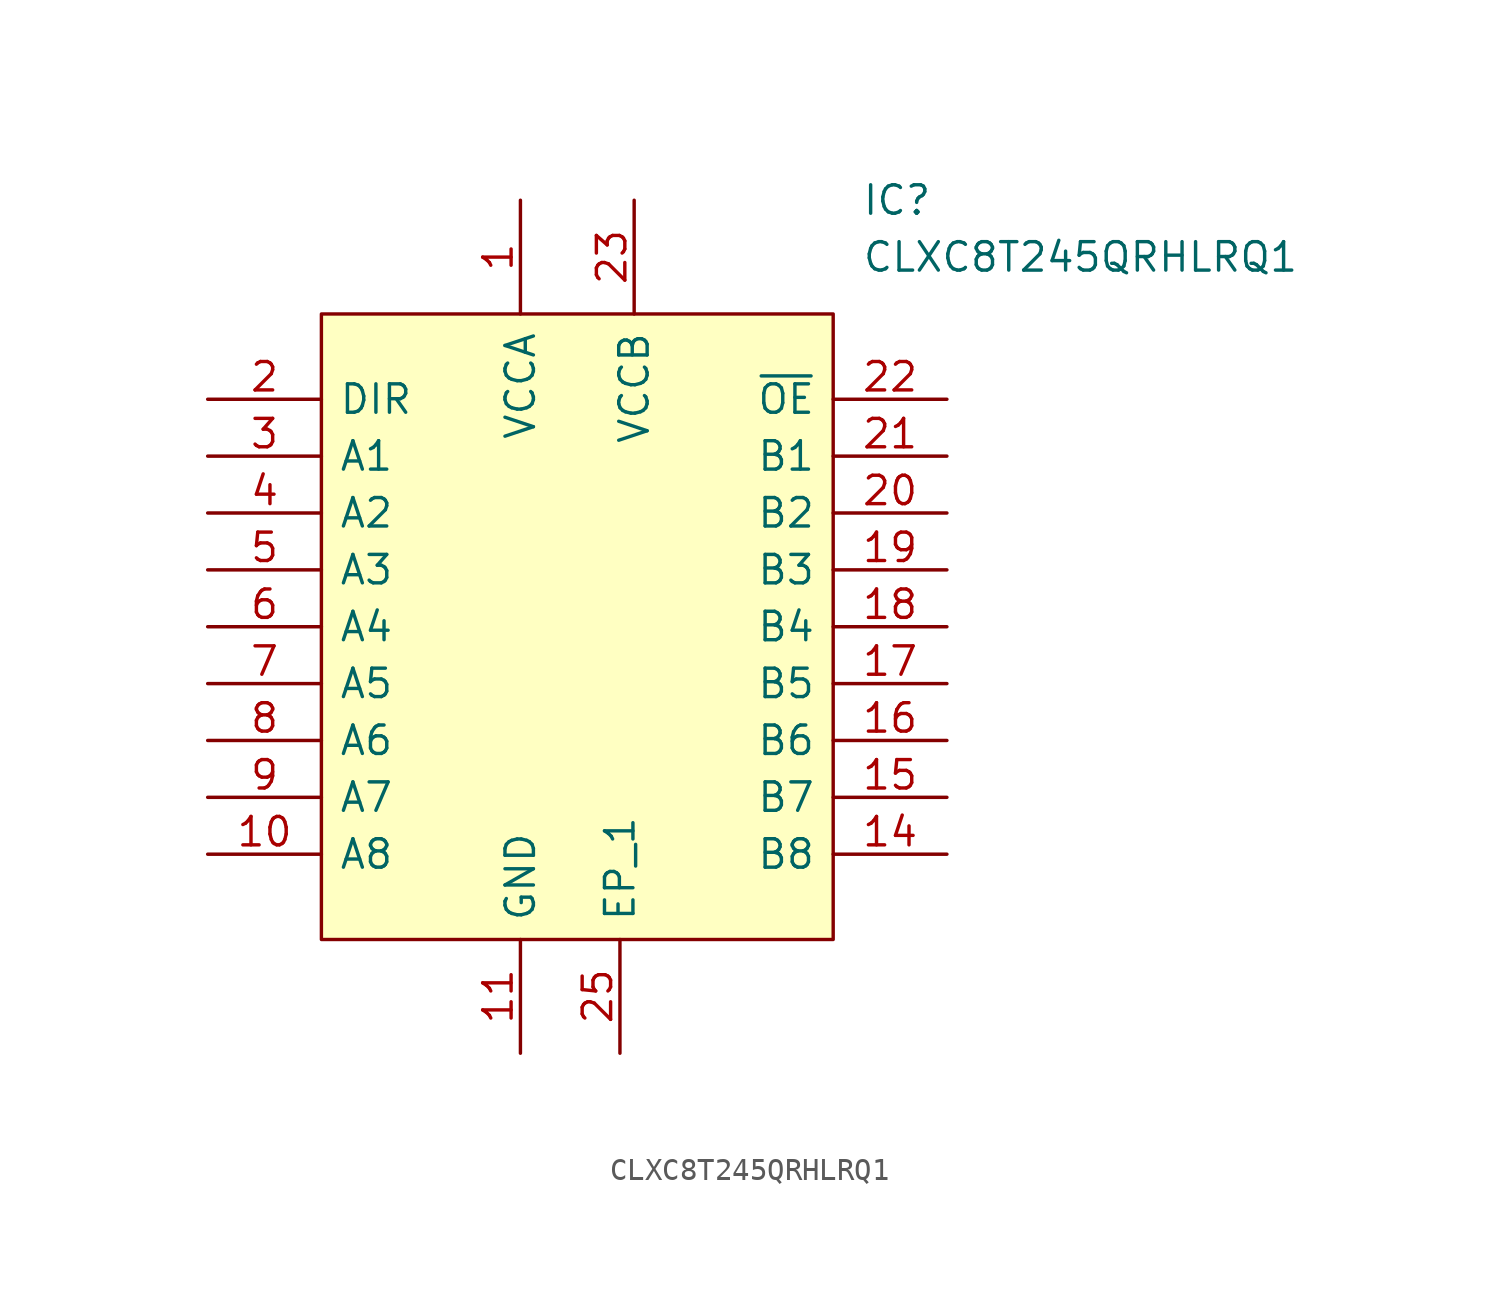
<source format=kicad_sym>
(kicad_symbol_lib
  (version 20210619)
  (generator kicad_symbol_editor)
  (symbol "SamacSys_Parts:CLXC8T245QRHLRQ1"
    (pin_names
      (offset 0.762))
    (property "Reference" "IC"
      (at 29.21 7.62 0)
      (effects (font (size 1.27 1.27)) (justify left)))
    (property "Value" "CLXC8T245QRHLRQ1"
      (at 29.21 5.08 0)
      (effects (font (size 1.27 1.27)) (justify left)))
    (symbol "CLXC8T245QRHLRQ1_0_0"
      (pin passive line (at 13.97 7.62 270) (length 5.08) (name "VCCA" (effects (font (size 1.27 1.27)))) (number "1" (effects (font (size 1.27 1.27)))))
      (pin passive line (at 0 -21.59 0) (length 5.08) (name "A8" (effects (font (size 1.27 1.27)))) (number "10" (effects (font (size 1.27 1.27)))))
      (pin power_in line (at 13.97 -30.48 90) (length 5.08) (name "GND" (effects (font (size 1.27 1.27)))) (number "11" (effects (font (size 1.27 1.27)))))
      (pin power_in line (at 13.97 -30.48 90) (length 5.08) hide (name "GND" (effects (font (size 1.27 1.27)))) (number "12" (effects (font (size 1.27 1.27)))))
      (pin power_in line (at 13.97 -30.48 90) (length 5.08) hide (name "GND" (effects (font (size 1.27 1.27)))) (number "13" (effects (font (size 1.27 1.27)))))
      (pin passive line (at 33.02 -21.59 180) (length 5.08) (name "B8" (effects (font (size 1.27 1.27)))) (number "14" (effects (font (size 1.27 1.27)))))
      (pin passive line (at 33.02 -19.05 180) (length 5.08) (name "B7" (effects (font (size 1.27 1.27)))) (number "15" (effects (font (size 1.27 1.27)))))
      (pin passive line (at 33.02 -16.51 180) (length 5.08) (name "B6" (effects (font (size 1.27 1.27)))) (number "16" (effects (font (size 1.27 1.27)))))
      (pin passive line (at 33.02 -13.97 180) (length 5.08) (name "B5" (effects (font (size 1.27 1.27)))) (number "17" (effects (font (size 1.27 1.27)))))
      (pin passive line (at 33.02 -11.43 180) (length 5.08) (name "B4" (effects (font (size 1.27 1.27)))) (number "18" (effects (font (size 1.27 1.27)))))
      (pin passive line (at 33.02 -8.89 180) (length 5.08) (name "B3" (effects (font (size 1.27 1.27)))) (number "19" (effects (font (size 1.27 1.27)))))
      (pin passive line (at 0 -1.27 0) (length 5.08) (name "DIR" (effects (font (size 1.27 1.27)))) (number "2" (effects (font (size 1.27 1.27)))))
      (pin passive line (at 33.02 -6.35 180) (length 5.08) (name "B2" (effects (font (size 1.27 1.27)))) (number "20" (effects (font (size 1.27 1.27)))))
      (pin passive line (at 33.02 -3.81 180) (length 5.08) (name "B1" (effects (font (size 1.27 1.27)))) (number "21" (effects (font (size 1.27 1.27)))))
      (pin passive line (at 33.02 -1.27 180) (length 5.08) (name "~{OE}" (effects (font (size 1.27 1.27)))) (number "22" (effects (font (size 1.27 1.27)))))
      (pin passive line (at 19.05 7.62 270) (length 5.08) (name "VCCB" (effects (font (size 1.27 1.27)))) (number "23" (effects (font (size 1.27 1.27)))))
      (pin passive line (at 19.05 7.62 270) (length 5.08) hide (name "VCCB" (effects (font (size 1.27 1.27)))) (number "24" (effects (font (size 1.27 1.27)))))
      (pin passive line (at 18.415 -30.48 90) (length 5.08) (name "EP_1" (effects (font (size 1.27 1.27)))) (number "25" (effects (font (size 1.27 1.27)))))
      (pin passive line (at 0 -3.81 0) (length 5.08) (name "A1" (effects (font (size 1.27 1.27)))) (number "3" (effects (font (size 1.27 1.27)))))
      (pin passive line (at 0 -6.35 0) (length 5.08) (name "A2" (effects (font (size 1.27 1.27)))) (number "4" (effects (font (size 1.27 1.27)))))
      (pin passive line (at 0 -8.89 0) (length 5.08) (name "A3" (effects (font (size 1.27 1.27)))) (number "5" (effects (font (size 1.27 1.27)))))
      (pin passive line (at 0 -11.43 0) (length 5.08) (name "A4" (effects (font (size 1.27 1.27)))) (number "6" (effects (font (size 1.27 1.27)))))
      (pin passive line (at 0 -13.97 0) (length 5.08) (name "A5" (effects (font (size 1.27 1.27)))) (number "7" (effects (font (size 1.27 1.27)))))
      (pin passive line (at 0 -16.51 0) (length 5.08) (name "A6" (effects (font (size 1.27 1.27)))) (number "8" (effects (font (size 1.27 1.27)))))
      (pin passive line (at 0 -19.05 0) (length 5.08) (name "A7" (effects (font (size 1.27 1.27)))) (number "9" (effects (font (size 1.27 1.27)))))
      (pin passive line (at 18.415 -30.48 90) (length 5.08) hide (name "EP_2" (effects (font (size 1.27 1.27)))) (number "A25" (effects (font (size 1.27 1.27)))))
      (pin passive line (at 18.415 -30.48 90) (length 5.08) hide (name "EP_3" (effects (font (size 1.27 1.27)))) (number "B25" (effects (font (size 1.27 1.27)))))
      (pin passive line (at 18.415 -30.48 90) (length 5.08) hide (name "EP_4" (effects (font (size 1.27 1.27)))) (number "C25" (effects (font (size 1.27 1.27)))))
      (pin passive line (at 18.415 -30.48 90) (length 5.08) hide (name "EP_5" (effects (font (size 1.27 1.27)))) (number "D25" (effects (font (size 1.27 1.27)))))
      (pin passive line (at 18.415 -30.48 90) (length 5.08) hide (name "EP_6" (effects (font (size 1.27 1.27)))) (number "E25" (effects (font (size 1.27 1.27)))))
      (pin passive line (at 18.415 -30.48 90) (length 5.08) hide (name "EP_7" (effects (font (size 1.27 1.27)))) (number "F25" (effects (font (size 1.27 1.27))))))
    (symbol "CLXC8T245QRHLRQ1_0_1"
      (polyline (pts (xy 5.08 2.54) (xy 27.94 2.54) (xy 27.94 -25.4) (xy 5.08 -25.4) (xy 5.08 2.54)) (stroke (width 0.152)) (fill (type background))))))
</source>
